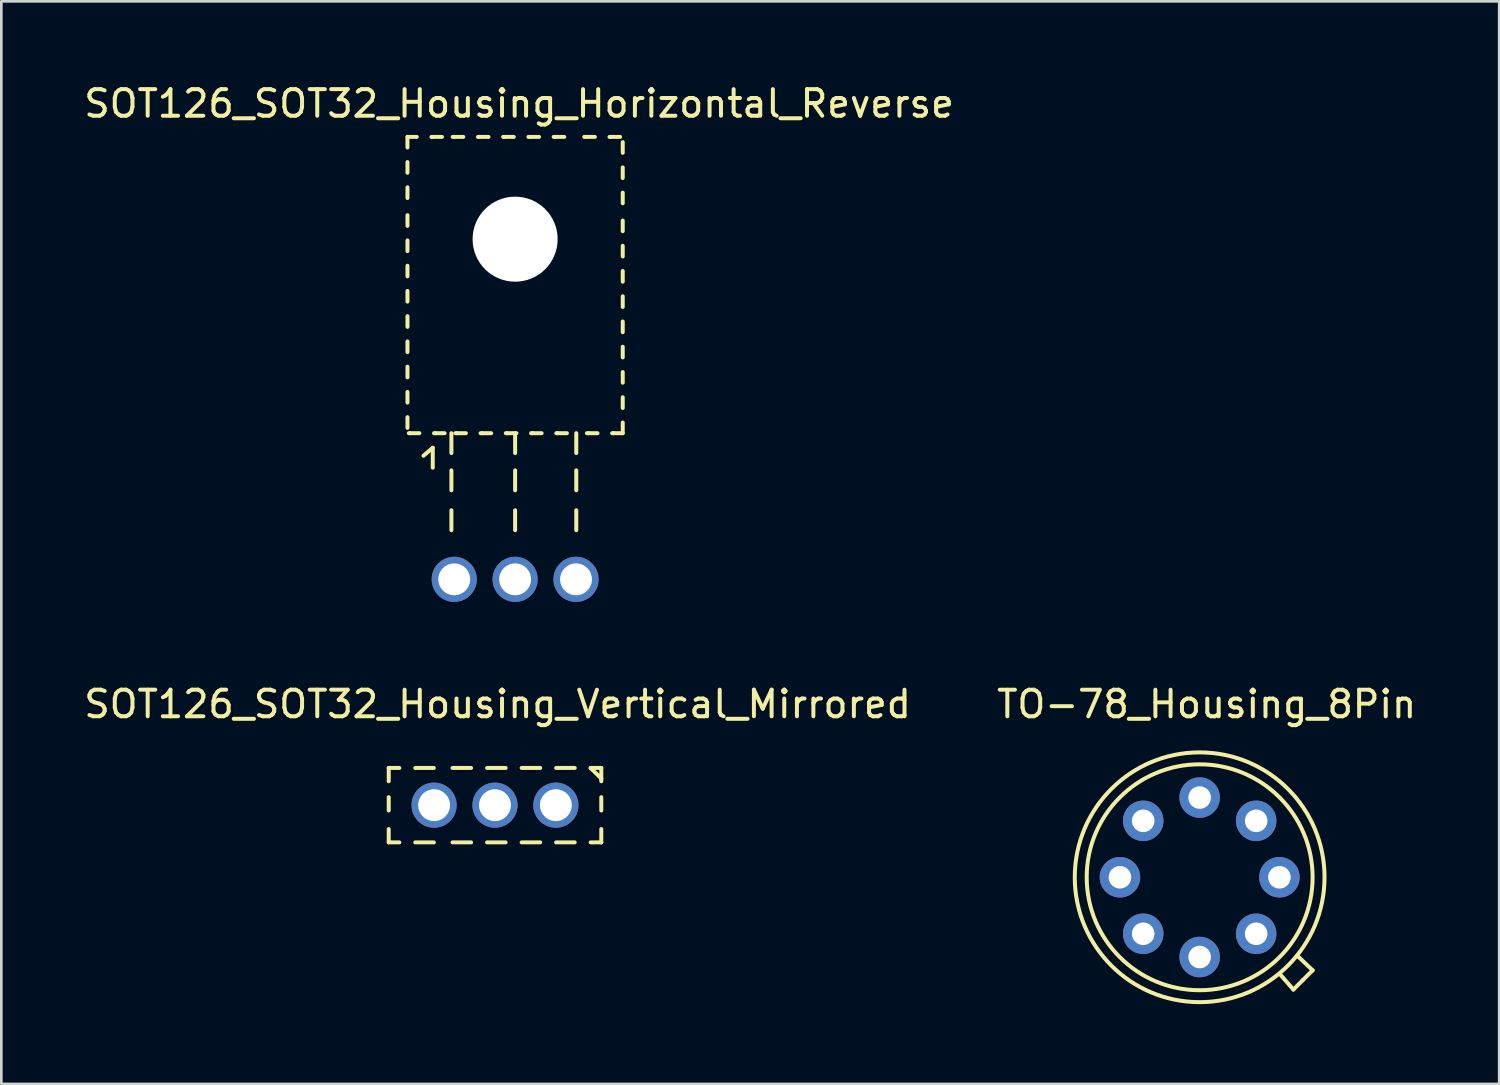
<source format=kicad_pcb>
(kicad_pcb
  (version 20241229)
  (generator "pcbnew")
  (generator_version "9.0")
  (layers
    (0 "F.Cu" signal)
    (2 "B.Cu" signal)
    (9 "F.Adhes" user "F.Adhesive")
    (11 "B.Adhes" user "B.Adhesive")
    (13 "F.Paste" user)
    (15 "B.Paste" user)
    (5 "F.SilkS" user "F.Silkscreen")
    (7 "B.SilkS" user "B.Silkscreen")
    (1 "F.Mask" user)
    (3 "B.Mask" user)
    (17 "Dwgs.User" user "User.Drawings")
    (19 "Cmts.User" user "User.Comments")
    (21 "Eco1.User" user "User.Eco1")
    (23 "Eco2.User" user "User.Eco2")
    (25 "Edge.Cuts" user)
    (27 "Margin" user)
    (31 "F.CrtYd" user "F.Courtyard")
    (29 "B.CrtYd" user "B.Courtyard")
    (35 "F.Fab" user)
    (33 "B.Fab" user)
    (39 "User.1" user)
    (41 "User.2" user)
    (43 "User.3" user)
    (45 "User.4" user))
  (footprint "SOT126_SOT32_Housing_Vertical_Mirrored"
    (layer "F.Cu")
    (at 15.574 27.245)
    (property "Reference" "SOT126_SOT32_Housing_Vertical_Mirrored" (at 0.099 -3.8 0) (layer "F.SilkS") (effects (font (size 1 1) (thickness 0.15))))
    (attr through_hole)
    (fp_line (start -4 -1.4) (end -3.599 -1.4) (stroke (width 0.15) (type solid)) (layer "F.SilkS"))
    (fp_line (start -4 1.4) (end -3.599 1.4) (stroke (width 0.15) (type solid)) (layer "F.SilkS"))
    (fp_line (start -3.998 -1.4) (end -3.998 -0.899) (stroke (width 0.15) (type solid)) (layer "F.SilkS"))
    (fp_line (start -3.998 -0.3) (end -3.998 0.201) (stroke (width 0.15) (type solid)) (layer "F.SilkS"))
    (fp_line (start -3.998 1.4) (end -3.998 0.899) (stroke (width 0.15) (type solid)) (layer "F.SilkS"))
    (fp_line (start -3 -1.4) (end -2.301 -1.4) (stroke (width 0.15) (type solid)) (layer "F.SilkS"))
    (fp_line (start -3 1.4) (end -2.301 1.4) (stroke (width 0.15) (type solid)) (layer "F.SilkS"))
    (fp_line (start -0.899 -1.4) (end -1.598 -1.4) (stroke (width 0.15) (type solid)) (layer "F.SilkS"))
    (fp_line (start -0.899 1.4) (end -1.598 1.4) (stroke (width 0.15) (type solid)) (layer "F.SilkS"))
    (fp_line (start 0.401 -1.4) (end -0.297 -1.4) (stroke (width 0.15) (type solid)) (layer "F.SilkS"))
    (fp_line (start 0.401 1.4) (end -0.297 1.4) (stroke (width 0.15) (type solid)) (layer "F.SilkS"))
    (fp_line (start 1.702 -1.4) (end 1.003 -1.4) (stroke (width 0.15) (type solid)) (layer "F.SilkS"))
    (fp_line (start 1.702 1.4) (end 1.003 1.4) (stroke (width 0.15) (type solid)) (layer "F.SilkS"))
    (fp_line (start 3 -1.4) (end 2.301 -1.4) (stroke (width 0.15) (type solid)) (layer "F.SilkS"))
    (fp_line (start 3 1.4) (end 2.301 1.4) (stroke (width 0.15) (type solid)) (layer "F.SilkS"))
    (fp_line (start 3.599 -1.4) (end 4 -1.001) (stroke (width 0.15) (type solid)) (layer "F.SilkS"))
    (fp_line (start 4 -1.4) (end 3.599 -1.4) (stroke (width 0.15) (type solid)) (layer "F.SilkS"))
    (fp_line (start 4 -1.4) (end 4 -0.899) (stroke (width 0.15) (type solid)) (layer "F.SilkS"))
    (fp_line (start 4 -0.3) (end 4 0.201) (stroke (width 0.15) (type solid)) (layer "F.SilkS"))
    (fp_line (start 4 1.4) (end 3.599 1.4) (stroke (width 0.15) (type solid)) (layer "F.SilkS"))
    (fp_line (start 4 1.4) (end 4 0.899) (stroke (width 0.15) (type solid)) (layer "F.SilkS"))
    (pad "1" thru_hole circle (at 2.291 0) (size 1.699 1.699) (drill 1.199) (layers "*.Cu" "*.Mask"))
    (pad "2" thru_hole circle (at 0 0) (size 1.699 1.699) (drill 1.199) (layers "*.Cu" "*.Mask"))
    (pad "3" thru_hole circle (at -2.291 0) (size 1.699 1.699) (drill 1.199) (layers "*.Cu" "*.Mask")))
  (footprint "TO-78_Housing_8Pin"
    (layer "F.Cu")
    (at 42.201 29.921)
    (property "Reference" "TO-78_Housing_8Pin" (at 0.15 -6.475 0) (layer "F.SilkS") (effects (font (size 1 1) (thickness 0.15))))
    (attr through_hole)
    (fp_line (start 3.413 4.263) (end 2.913 3.688) (stroke (width 0.15) (type solid)) (layer "F.SilkS"))
    (fp_line (start 3.763 3.913) (end 3.413 4.263) (stroke (width 0.15) (type solid)) (layer "F.SilkS"))
    (fp_line (start 3.763 3.913) (end 4.138 3.538) (stroke (width 0.15) (type solid)) (layer "F.SilkS"))
    (fp_line (start 4.138 3.538) (end 3.587 3.013) (stroke (width 0.15) (type solid)) (layer "F.SilkS"))
    (fp_circle (center -0.113 0.037) (end -0.113 -4.662) (stroke (width 0.15) (type solid)) (fill no) (layer "F.SilkS"))
    (fp_circle (center -0.113 0.037) (end -0.113 -4.213) (stroke (width 0.15) (type solid)) (fill no) (layer "F.SilkS"))
    (pad "1" thru_hole circle (at -0.113 3.038 90) (size 1.524 1.524) (drill 0.85) (layers "*.Cu" "*.Mask"))
    (pad "1" thru_hole circle (at 2.888 0.037 90) (size 1.524 1.524) (drill 0.85) (layers "*.Cu" "*.Mask"))
    (pad "2" thru_hole circle (at -2.237 2.163 90) (size 1.524 1.524) (drill 0.85) (layers "*.Cu" "*.Mask"))
    (pad "2" thru_hole circle (at 2.013 -2.087 90) (size 1.524 1.524) (drill 0.85) (layers "*.Cu" "*.Mask"))
    (pad "3" thru_hole circle (at -3.112 0.037 90) (size 1.524 1.524) (drill 0.85) (layers "*.Cu" "*.Mask"))
    (pad "4" thru_hole circle (at -2.237 -2.087 90) (size 1.524 1.524) (drill 0.85) (layers "*.Cu" "*.Mask"))
    (pad "5" thru_hole circle (at -0.113 -2.962 90) (size 1.524 1.524) (drill 0.85) (layers "*.Cu" "*.Mask"))
    (pad "8" thru_hole circle (at 2.013 2.163 90) (size 1.524 1.524) (drill 0.85) (layers "*.Cu" "*.Mask")))
  (footprint "SOT126_SOT32_Housing_Horizontal_Reverse"
    (layer "F.Cu")
    (at 16.332 18.748)
    (property "Reference" "SOT126_SOT32_Housing_Horizontal_Reverse" (at 0.15 -17.899 0) (layer "F.SilkS") (effects (font (size 1 1) (thickness 0.15))))
    (attr through_hole)
    (fp_line (start -4.051 -16.248) (end -4.051 -16.65) (stroke (width 0.15) (type solid)) (layer "F.SilkS"))
    (fp_line (start -4.051 -15.298) (end -4.051 -15.7) (stroke (width 0.15) (type solid)) (layer "F.SilkS"))
    (fp_line (start -4.051 -14.348) (end -4.051 -14.75) (stroke (width 0.15) (type solid)) (layer "F.SilkS"))
    (fp_line (start -4.051 -13.299) (end -4.051 -13.701) (stroke (width 0.15) (type solid)) (layer "F.SilkS"))
    (fp_line (start -4.051 -12.349) (end -4.051 -12.751) (stroke (width 0.15) (type solid)) (layer "F.SilkS"))
    (fp_line (start -4.051 -11.4) (end -4.051 -11.801) (stroke (width 0.15) (type solid)) (layer "F.SilkS"))
    (fp_line (start -4.051 -10.45) (end -4.051 -10.851) (stroke (width 0.15) (type solid)) (layer "F.SilkS"))
    (fp_line (start -4.051 -9.5) (end -4.051 -9.901) (stroke (width 0.15) (type solid)) (layer "F.SilkS"))
    (fp_line (start -4.051 -8.55) (end -4.051 -8.951) (stroke (width 0.15) (type solid)) (layer "F.SilkS"))
    (fp_line (start -4.051 -7.6) (end -4.051 -8.001) (stroke (width 0.15) (type solid)) (layer "F.SilkS"))
    (fp_line (start -4.051 -6.65) (end -4.051 -7.051) (stroke (width 0.15) (type solid)) (layer "F.SilkS"))
    (fp_line (start -4.051 -5.7) (end -4.051 -6.101) (stroke (width 0.15) (type solid)) (layer "F.SilkS"))
    (fp_line (start -3.95 -5.499) (end -4 -5.499) (stroke (width 0.15) (type solid)) (layer "F.SilkS"))
    (fp_line (start -3.701 -16.647) (end -4.049 -16.647) (stroke (width 0.15) (type solid)) (layer "F.SilkS"))
    (fp_line (start -3.602 -5.499) (end -3.95 -5.499) (stroke (width 0.15) (type solid)) (layer "F.SilkS"))
    (fp_line (start -3.449 -4.651) (end -3.099 -4.95) (stroke (width 0.15) (type solid)) (layer "F.SilkS"))
    (fp_line (start -3.099 -16.647) (end -3.15 -16.647) (stroke (width 0.15) (type solid)) (layer "F.SilkS"))
    (fp_line (start -3.099 -4.95) (end -3.099 -4.201) (stroke (width 0.15) (type solid)) (layer "F.SilkS"))
    (fp_line (start -3 -5.499) (end -3.051 -5.499) (stroke (width 0.15) (type solid)) (layer "F.SilkS"))
    (fp_line (start -2.751 -16.647) (end -3.099 -16.647) (stroke (width 0.15) (type solid)) (layer "F.SilkS"))
    (fp_line (start -2.652 -5.499) (end -3 -5.499) (stroke (width 0.15) (type solid)) (layer "F.SilkS"))
    (fp_line (start -2.398 -5.499) (end -2.398 -4.75) (stroke (width 0.15) (type solid)) (layer "F.SilkS"))
    (fp_line (start -2.398 -4.1) (end -2.398 -3.35) (stroke (width 0.15) (type solid)) (layer "F.SilkS"))
    (fp_line (start -2.398 -2.598) (end -2.398 -1.849) (stroke (width 0.15) (type solid)) (layer "F.SilkS"))
    (fp_line (start -2.299 -16.647) (end -2.349 -16.647) (stroke (width 0.15) (type solid)) (layer "F.SilkS"))
    (fp_line (start -2.2 -5.499) (end -2.25 -5.499) (stroke (width 0.15) (type solid)) (layer "F.SilkS"))
    (fp_line (start -1.951 -16.647) (end -2.299 -16.647) (stroke (width 0.15) (type solid)) (layer "F.SilkS"))
    (fp_line (start -1.852 -5.499) (end -2.2 -5.499) (stroke (width 0.15) (type solid)) (layer "F.SilkS"))
    (fp_line (start -1.349 -16.647) (end -1.4 -16.647) (stroke (width 0.15) (type solid)) (layer "F.SilkS"))
    (fp_line (start -1.25 -5.499) (end -1.3 -5.499) (stroke (width 0.15) (type solid)) (layer "F.SilkS"))
    (fp_line (start -1.001 -16.647) (end -1.349 -16.647) (stroke (width 0.15) (type solid)) (layer "F.SilkS"))
    (fp_line (start -0.902 -5.499) (end -1.25 -5.499) (stroke (width 0.15) (type solid)) (layer "F.SilkS"))
    (fp_line (start -0.399 -16.647) (end -0.45 -16.647) (stroke (width 0.15) (type solid)) (layer "F.SilkS"))
    (fp_line (start -0.3 -5.499) (end -0.351 -5.499) (stroke (width 0.15) (type solid)) (layer "F.SilkS"))
    (fp_line (start -0.051 -16.647) (end -0.399 -16.647) (stroke (width 0.15) (type solid)) (layer "F.SilkS"))
    (fp_line (start 0 -5.499) (end 0 -4.75) (stroke (width 0.15) (type solid)) (layer "F.SilkS"))
    (fp_line (start 0 -4.1) (end 0 -3.35) (stroke (width 0.15) (type solid)) (layer "F.SilkS"))
    (fp_line (start 0 -2.598) (end 0 -1.849) (stroke (width 0.15) (type solid)) (layer "F.SilkS"))
    (fp_line (start 0.048 -5.499) (end -0.3 -5.499) (stroke (width 0.15) (type solid)) (layer "F.SilkS"))
    (fp_line (start 0.551 -16.647) (end 0.5 -16.647) (stroke (width 0.15) (type solid)) (layer "F.SilkS"))
    (fp_line (start 0.65 -5.499) (end 0.599 -5.499) (stroke (width 0.15) (type solid)) (layer "F.SilkS"))
    (fp_line (start 0.899 -16.647) (end 0.551 -16.647) (stroke (width 0.15) (type solid)) (layer "F.SilkS"))
    (fp_line (start 0.998 -5.499) (end 0.65 -5.499) (stroke (width 0.15) (type solid)) (layer "F.SilkS"))
    (fp_line (start 1.501 -16.647) (end 1.45 -16.647) (stroke (width 0.15) (type solid)) (layer "F.SilkS"))
    (fp_line (start 1.6 -5.499) (end 1.549 -5.499) (stroke (width 0.15) (type solid)) (layer "F.SilkS"))
    (fp_line (start 1.849 -16.647) (end 1.501 -16.647) (stroke (width 0.15) (type solid)) (layer "F.SilkS"))
    (fp_line (start 1.948 -5.499) (end 1.6 -5.499) (stroke (width 0.15) (type solid)) (layer "F.SilkS"))
    (fp_line (start 2.301 -5.499) (end 2.301 -4.75) (stroke (width 0.15) (type solid)) (layer "F.SilkS"))
    (fp_line (start 2.301 -4.1) (end 2.301 -3.35) (stroke (width 0.15) (type solid)) (layer "F.SilkS"))
    (fp_line (start 2.301 -2.598) (end 2.301 -1.849) (stroke (width 0.15) (type solid)) (layer "F.SilkS"))
    (fp_line (start 2.652 -16.647) (end 2.601 -16.647) (stroke (width 0.15) (type solid)) (layer "F.SilkS"))
    (fp_line (start 2.751 -5.499) (end 2.7 -5.499) (stroke (width 0.15) (type solid)) (layer "F.SilkS"))
    (fp_line (start 3 -16.647) (end 2.652 -16.647) (stroke (width 0.15) (type solid)) (layer "F.SilkS"))
    (fp_line (start 3.099 -5.499) (end 2.751 -5.499) (stroke (width 0.15) (type solid)) (layer "F.SilkS"))
    (fp_line (start 3.602 -16.647) (end 3.551 -16.647) (stroke (width 0.15) (type solid)) (layer "F.SilkS"))
    (fp_line (start 3.701 -5.499) (end 3.65 -5.499) (stroke (width 0.15) (type solid)) (layer "F.SilkS"))
    (fp_line (start 3.95 -16.647) (end 3.602 -16.647) (stroke (width 0.15) (type solid)) (layer "F.SilkS"))
    (fp_line (start 4.049 -16.048) (end 4.049 -16.449) (stroke (width 0.15) (type solid)) (layer "F.SilkS"))
    (fp_line (start 4.049 -15.098) (end 4.049 -15.499) (stroke (width 0.15) (type solid)) (layer "F.SilkS"))
    (fp_line (start 4.049 -14.148) (end 4.049 -14.549) (stroke (width 0.15) (type solid)) (layer "F.SilkS"))
    (fp_line (start 4.049 -13.099) (end 4.049 -13.5) (stroke (width 0.15) (type solid)) (layer "F.SilkS"))
    (fp_line (start 4.049 -12.149) (end 4.049 -12.55) (stroke (width 0.15) (type solid)) (layer "F.SilkS"))
    (fp_line (start 4.049 -11.199) (end 4.049 -11.6) (stroke (width 0.15) (type solid)) (layer "F.SilkS"))
    (fp_line (start 4.049 -10.249) (end 4.049 -10.65) (stroke (width 0.15) (type solid)) (layer "F.SilkS"))
    (fp_line (start 4.049 -9.299) (end 4.049 -9.7) (stroke (width 0.15) (type solid)) (layer "F.SilkS"))
    (fp_line (start 4.049 -8.349) (end 4.049 -8.75) (stroke (width 0.15) (type solid)) (layer "F.SilkS"))
    (fp_line (start 4.049 -7.399) (end 4.049 -7.8) (stroke (width 0.15) (type solid)) (layer "F.SilkS"))
    (fp_line (start 4.049 -6.449) (end 4.049 -6.85) (stroke (width 0.15) (type solid)) (layer "F.SilkS"))
    (fp_line (start 4.049 -5.499) (end 3.701 -5.499) (stroke (width 0.15) (type solid)) (layer "F.SilkS"))
    (fp_line (start 4.049 -5.499) (end 4.049 -5.9) (stroke (width 0.15) (type solid)) (layer "F.SilkS"))
    (pad "" np_thru_hole circle (at 0 -12.799) (size 3.2 3.2) (drill 3.2) (layers "*.Cu" "*.Mask"))
    (pad "1" thru_hole circle (at -2.291 0) (size 1.699 1.699) (drill 1.199) (layers "*.Cu" "*.Mask"))
    (pad "2" thru_hole circle (at 0 0) (size 1.699 1.699) (drill 1.199) (layers "*.Cu" "*.Mask"))
    (pad "3" thru_hole circle (at 2.291 0) (size 1.699 1.699) (drill 1.199) (layers "*.Cu" "*.Mask")))
  (gr_rect
    (start -3 -3)
    (end 53.357 37.733)
    (stroke (width 0.1) (type default))
    (fill no)
    (layer "Edge.Cuts")))
</source>
